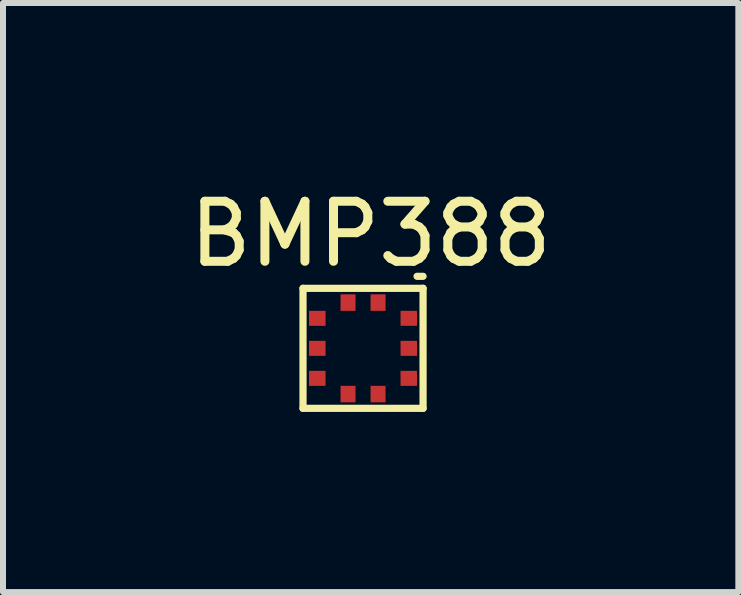
<source format=kicad_pcb>
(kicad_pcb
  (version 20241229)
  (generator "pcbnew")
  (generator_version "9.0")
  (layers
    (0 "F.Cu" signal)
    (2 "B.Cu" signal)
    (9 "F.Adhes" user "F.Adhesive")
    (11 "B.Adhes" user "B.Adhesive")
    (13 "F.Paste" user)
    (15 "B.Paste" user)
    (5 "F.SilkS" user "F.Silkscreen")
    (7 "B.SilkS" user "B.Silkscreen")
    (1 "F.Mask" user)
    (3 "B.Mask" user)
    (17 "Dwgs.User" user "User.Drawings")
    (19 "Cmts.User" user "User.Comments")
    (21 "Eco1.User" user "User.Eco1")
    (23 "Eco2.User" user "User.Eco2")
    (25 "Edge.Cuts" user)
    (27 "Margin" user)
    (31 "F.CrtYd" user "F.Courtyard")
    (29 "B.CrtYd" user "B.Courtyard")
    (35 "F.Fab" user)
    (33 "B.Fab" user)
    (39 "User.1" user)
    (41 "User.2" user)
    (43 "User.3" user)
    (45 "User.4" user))
  (footprint "BMP388"
    (layer "F.Cu")
    (at 2.998 2.753)
    (property "Reference" "BMP388" (at 0.127 -1.905 180) (layer "F.SilkS") (effects (font (size 1 1) (thickness 0.15))))
    (attr smd)
    (fp_line (start -1 -1) (end 1 -1) (stroke (width 0.12) (type solid)) (layer "F.SilkS"))
    (fp_line (start -1 1) (end -1 -1) (stroke (width 0.12) (type solid)) (layer "F.SilkS"))
    (fp_line (start 1 -1.2) (end 0.9 -1.2) (stroke (width 0.12) (type solid)) (layer "F.SilkS"))
    (fp_line (start 1 -1) (end 1 1) (stroke (width 0.12) (type solid)) (layer "F.SilkS"))
    (fp_line (start 1 1) (end -1 1) (stroke (width 0.12) (type solid)) (layer "F.SilkS"))
    (pad "1" smd rect (at 0.25 -0.762) (size 0.25 0.275) (layers "F.Cu" "F.Mask" "F.Paste"))
    (pad "2" smd rect (at -0.25 -0.762) (size 0.25 0.275) (layers "F.Cu" "F.Mask" "F.Paste"))
    (pad "3" smd rect (at -0.762 -0.5) (size 0.275 0.25) (layers "F.Cu" "F.Mask" "F.Paste"))
    (pad "4" smd rect (at -0.762 0) (size 0.275 0.25) (layers "F.Cu" "F.Mask" "F.Paste"))
    (pad "5" smd rect (at -0.762 0.5) (size 0.275 0.25) (layers "F.Cu" "F.Mask" "F.Paste"))
    (pad "6" smd rect (at -0.25 0.762) (size 0.25 0.275) (layers "F.Cu" "F.Mask" "F.Paste"))
    (pad "7" smd rect (at 0.25 0.762) (size 0.25 0.275) (layers "F.Cu" "F.Mask" "F.Paste"))
    (pad "8" smd rect (at 0.762 0.5) (size 0.275 0.25) (layers "F.Cu" "F.Mask" "F.Paste"))
    (pad "9" smd rect (at 0.762 0) (size 0.275 0.25) (layers "F.Cu" "F.Mask" "F.Paste"))
    (pad "10" smd rect (at 0.762 -0.5) (size 0.275 0.25) (layers "F.Cu" "F.Mask" "F.Paste")))
  (gr_rect
    (start -3 -3)
    (end 9.25 6.813)
    (stroke (width 0.1) (type default))
    (fill no)
    (layer "Edge.Cuts")))
</source>
